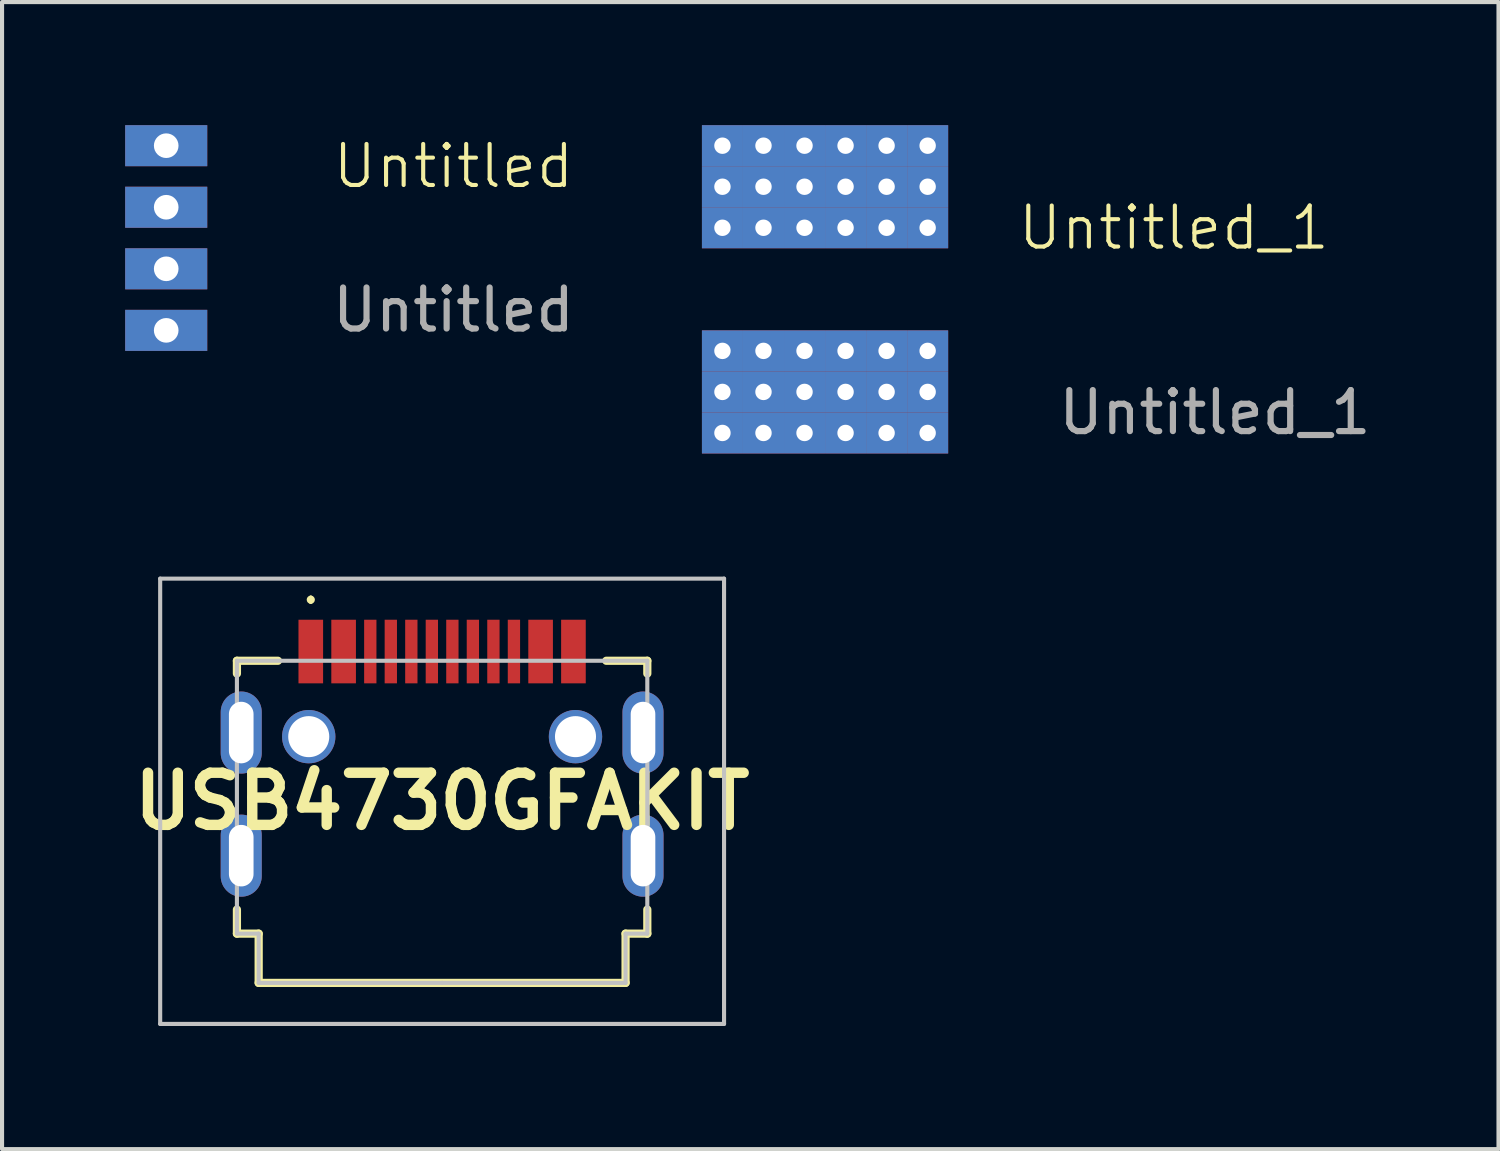
<source format=kicad_pcb>
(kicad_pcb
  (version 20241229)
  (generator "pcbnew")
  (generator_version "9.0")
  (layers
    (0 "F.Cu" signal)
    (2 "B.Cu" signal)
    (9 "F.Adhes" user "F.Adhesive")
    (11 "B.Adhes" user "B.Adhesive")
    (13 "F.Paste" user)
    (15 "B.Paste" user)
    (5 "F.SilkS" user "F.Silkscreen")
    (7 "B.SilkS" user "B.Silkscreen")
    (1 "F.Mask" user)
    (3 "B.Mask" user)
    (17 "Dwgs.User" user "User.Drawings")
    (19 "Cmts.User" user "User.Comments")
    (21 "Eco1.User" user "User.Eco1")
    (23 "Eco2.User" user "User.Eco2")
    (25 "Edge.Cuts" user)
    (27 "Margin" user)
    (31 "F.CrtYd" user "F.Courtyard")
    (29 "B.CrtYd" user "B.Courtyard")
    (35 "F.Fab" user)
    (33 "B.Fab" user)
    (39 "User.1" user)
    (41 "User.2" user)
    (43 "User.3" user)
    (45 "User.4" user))
  (footprint "USB4730GFAKIT"
    (layer "F.Cu")
    (at 7.723 16.863)
    (property "Reference" "USB4730GFAKIT" (at 0 -0.388 0) (layer "F.SilkS") (effects (font (size 1.27 1.27) (thickness 0.254))))
    (attr through_hole exclude_from_pos_files)
    (fp_line (start -5 -3.812) (end -5 -3.5) (stroke (width 0.2) (type solid)) (layer "F.SilkS"))
    (fp_line (start -5 2.837) (end -5 2.25) (stroke (width 0.2) (type solid)) (layer "F.SilkS"))
    (fp_line (start -4.47 2.837) (end -5 2.837) (stroke (width 0.2) (type solid)) (layer "F.SilkS"))
    (fp_line (start -4.47 4.037) (end -4.47 2.837) (stroke (width 0.2) (type solid)) (layer "F.SilkS"))
    (fp_line (start -4 -3.812) (end -5 -3.812) (stroke (width 0.2) (type solid)) (layer "F.SilkS"))
    (fp_line (start -3.2 -5.35) (end -3.2 -5.35) (stroke (width 0.1) (type solid)) (layer "F.SilkS"))
    (fp_line (start -3.2 -5.25) (end -3.2 -5.25) (stroke (width 0.1) (type solid)) (layer "F.SilkS"))
    (fp_line (start 4 -3.812) (end 5 -3.812) (stroke (width 0.2) (type solid)) (layer "F.SilkS"))
    (fp_line (start 4.47 2.837) (end 4.47 4.037) (stroke (width 0.2) (type solid)) (layer "F.SilkS"))
    (fp_line (start 4.47 4.037) (end -4.47 4.037) (stroke (width 0.2) (type solid)) (layer "F.SilkS"))
    (fp_line (start 5 -3.812) (end 5 -3.5) (stroke (width 0.2) (type solid)) (layer "F.SilkS"))
    (fp_line (start 5 2.25) (end 5 2.837) (stroke (width 0.2) (type solid)) (layer "F.SilkS"))
    (fp_line (start 5 2.837) (end 4.47 2.837) (stroke (width 0.2) (type solid)) (layer "F.SilkS"))
    (fp_arc (start -3.2 -5.35) (mid -3.15 -5.3) (end -3.2 -5.25) (stroke (width 0.1) (type solid)) (layer "F.SilkS"))
    (fp_arc (start -3.2 -5.25) (mid -3.25 -5.3) (end -3.2 -5.35) (stroke (width 0.1) (type solid)) (layer "F.SilkS"))
    (fp_line (start -6.87 -5.813) (end 6.87 -5.813) (stroke (width 0.1) (type solid)) (layer "Dwgs.User"))
    (fp_line (start -6.87 5.037) (end -6.87 -5.813) (stroke (width 0.1) (type solid)) (layer "Dwgs.User"))
    (fp_line (start -5 -3.812) (end -5 2.837) (stroke (width 0.1) (type solid)) (layer "Dwgs.User"))
    (fp_line (start -5 2.837) (end -4.47 2.837) (stroke (width 0.1) (type solid)) (layer "Dwgs.User"))
    (fp_line (start -4.47 2.837) (end -4.47 4.037) (stroke (width 0.1) (type solid)) (layer "Dwgs.User"))
    (fp_line (start -4.47 4.037) (end 0 4.037) (stroke (width 0.1) (type solid)) (layer "Dwgs.User"))
    (fp_line (start 0 4.037) (end 4.47 4.037) (stroke (width 0.1) (type solid)) (layer "Dwgs.User"))
    (fp_line (start 4.47 2.837) (end 5 2.837) (stroke (width 0.1) (type solid)) (layer "Dwgs.User"))
    (fp_line (start 4.47 4.037) (end 4.47 2.837) (stroke (width 0.1) (type solid)) (layer "Dwgs.User"))
    (fp_line (start 5 -3.812) (end -5 -3.812) (stroke (width 0.1) (type solid)) (layer "Dwgs.User"))
    (fp_line (start 5 2.837) (end 5 -3.812) (stroke (width 0.1) (type solid)) (layer "Dwgs.User"))
    (fp_line (start 6.87 -5.813) (end 6.87 5.037) (stroke (width 0.1) (type solid)) (layer "Dwgs.User"))
    (fp_line (start 6.87 5.037) (end -6.87 5.037) (stroke (width 0.1) (type solid)) (layer "Dwgs.User"))
    (pad "A1" smd rect (at -3.2 -4.037) (size 0.6 1.55) (layers "F.Cu" "F.Mask" "F.Paste"))
    (pad "A4" smd rect (at -2.4 -4.037) (size 0.6 1.55) (layers "F.Cu" "F.Mask" "F.Paste"))
    (pad "A5" smd rect (at -1.25 -4.037) (size 0.3 1.55) (layers "F.Cu" "F.Mask" "F.Paste"))
    (pad "A6" smd rect (at -0.25 -4.037) (size 0.3 1.55) (layers "F.Cu" "F.Mask" "F.Paste"))
    (pad "A7" smd rect (at 0.25 -4.037) (size 0.3 1.55) (layers "F.Cu" "F.Mask" "F.Paste"))
    (pad "A8" smd rect (at 1.25 -4.037) (size 0.3 1.55) (layers "F.Cu" "F.Mask" "F.Paste"))
    (pad "A9" smd rect (at 2.4 -4.037) (size 0.6 1.55) (layers "F.Cu" "F.Mask" "F.Paste"))
    (pad "A12" smd rect (at 3.2 -4.037) (size 0.6 1.55) (layers "F.Cu" "F.Mask" "F.Paste"))
    (pad "B5" smd rect (at 1.75 -4.037) (size 0.3 1.55) (layers "F.Cu" "F.Mask" "F.Paste"))
    (pad "B6" smd rect (at 0.75 -4.037) (size 0.3 1.55) (layers "F.Cu" "F.Mask" "F.Paste"))
    (pad "B7" smd rect (at -0.75 -4.037) (size 0.3 1.55) (layers "F.Cu" "F.Mask" "F.Paste"))
    (pad "B8" smd rect (at -1.75 -4.037) (size 0.3 1.55) (layers "F.Cu" "F.Mask" "F.Paste"))
    (pad "MH1" thru_hole oval (at -4.895 -2.063 90) (size 2 1) (drill oval 1.5 0.6) (layers "*.Cu" "*.Mask"))
    (pad "MH2" thru_hole oval (at -4.895 0.937 90) (size 2 1) (drill oval 1.5 0.6) (layers "*.Cu" "*.Mask"))
    (pad "MH3" thru_hole oval (at 4.895 0.937 90) (size 2 1) (drill oval 1.5 0.6) (layers "*.Cu" "*.Mask"))
    (pad "MH4" thru_hole oval (at 4.895 -2.063 90) (size 2 1) (drill oval 1.5 0.6) (layers "*.Cu" "*.Mask"))
    (pad "MH5" thru_hole circle (at -3.25 -1.963 90) (size 1.3 1.3) (drill 1) (layers "*.Cu" "*.Mask"))
    (pad "MH6" thru_hole circle (at 3.25 -1.963 90) (size 1.3 1.3) (drill 1) (layers "*.Cu" "*.Mask")))
  (footprint "Untitled"
    (layer "F.Cu")
    (at 1 0.5)
    (property "Reference" "Untitled" (at 7 0.5 0) (unlocked yes) (layer "F.SilkS") (effects (font (size 1 1) (thickness 0.1))))
    (attr through_hole exclude_from_pos_files)
    (fp_text user "${REFERENCE}" (at 7 4 0) (unlocked yes) (layer "F.Fab") (effects (font (size 1 1) (thickness 0.15))))
    (pad "1" thru_hole rect (at 0 0) (size 2 1) (drill 0.6) (layers "*.Cu" "*.Mask"))
    (pad "2" thru_hole rect (at 0 1.5) (size 2 1) (drill 0.6) (layers "*.Cu" "*.Mask"))
    (pad "3" thru_hole rect (at 0 3) (size 2 1) (drill 0.6) (layers "*.Cu" "*.Mask"))
    (pad "4" thru_hole rect (at 0 4.5) (size 2 1) (drill 0.6) (layers "*.Cu" "*.Mask")))
  (footprint "Untitled_1"
    (layer "F.Cu")
    (at 17.554 4.5)
    (property "Reference" "Untitled_1" (at 8 -2 0) (unlocked yes) (layer "F.SilkS") (effects (font (size 1 1) (thickness 0.1))))
    (attr through_hole exclude_from_pos_files)
    (fp_text user "${REFERENCE}" (at 9 2.5 0) (unlocked yes) (layer "F.Fab") (effects (font (size 1 1) (thickness 0.15))))
    (pad "1" thru_hole custom (at -3 1) (size 1 1) (drill 0.4) (layers "*.Cu" "*.Mask") (options (anchor rect)) (primitives))
    (pad "1" thru_hole custom (at -3 2) (size 1 1) (drill 0.4) (layers "*.Cu" "*.Mask") (options (anchor rect)) (primitives))
    (pad "1" thru_hole custom (at -3 3) (size 1 1) (drill 0.4) (layers "*.Cu" "*.Mask") (options (anchor rect)) (primitives))
    (pad "1" thru_hole custom (at -2 1) (size 1 1) (drill 0.4) (layers "*.Cu" "*.Mask") (options (anchor rect)) (primitives))
    (pad "1" thru_hole custom (at -2 2) (size 1 1) (drill 0.4) (layers "*.Cu" "*.Mask") (options (anchor rect)) (primitives))
    (pad "1" thru_hole custom (at -2 3) (size 1 1) (drill 0.4) (layers "*.Cu" "*.Mask") (options (anchor rect)) (primitives))
    (pad "1" thru_hole custom (at -1 1) (size 1 1) (drill 0.4) (layers "*.Cu" "*.Mask") (options (anchor rect)) (primitives))
    (pad "1" thru_hole custom (at -1 2) (size 1 1) (drill 0.4) (layers "*.Cu" "*.Mask") (options (anchor rect)) (primitives))
    (pad "1" thru_hole custom (at -1 3) (size 1 1) (drill 0.4) (layers "*.Cu" "*.Mask") (options (anchor rect)) (primitives))
    (pad "1" thru_hole custom (at 0 1) (size 1 1) (drill 0.4) (layers "*.Cu" "*.Mask") (options (anchor rect)) (primitives))
    (pad "1" thru_hole custom (at 0 2) (size 1 1) (drill 0.4) (layers "*.Cu" "*.Mask") (options (anchor rect)) (primitives))
    (pad "1" thru_hole custom (at 0 3) (size 1 1) (drill 0.4) (layers "*.Cu" "*.Mask") (options (anchor rect)) (primitives))
    (pad "1" thru_hole custom (at 1 1) (size 1 1) (drill 0.4) (layers "*.Cu" "*.Mask") (options (anchor rect)) (primitives))
    (pad "1" thru_hole custom (at 1 2) (size 1 1) (drill 0.4) (layers "*.Cu" "*.Mask") (options (anchor rect)) (primitives))
    (pad "1" thru_hole custom (at 1 3) (size 1 1) (drill 0.4) (layers "*.Cu" "*.Mask") (options (anchor rect)) (primitives))
    (pad "1" thru_hole custom (at 2 1) (size 1 1) (drill 0.4) (layers "*.Cu" "*.Mask") (options (anchor rect)) (primitives))
    (pad "1" thru_hole custom (at 2 2) (size 1 1) (drill 0.4) (layers "*.Cu" "*.Mask") (options (anchor rect)) (primitives))
    (pad "1" thru_hole custom (at 2 3) (size 1 1) (drill 0.4) (layers "*.Cu" "*.Mask") (options (anchor rect)) (primitives))
    (pad "2" thru_hole custom (at -3 -4) (size 1 1) (drill 0.4) (layers "*.Cu" "*.Mask") (options (anchor rect)) (primitives))
    (pad "2" thru_hole custom (at -3 -3) (size 1 1) (drill 0.4) (layers "*.Cu" "*.Mask") (options (anchor rect)) (primitives))
    (pad "2" thru_hole custom (at -3 -2) (size 1 1) (drill 0.4) (layers "*.Cu" "*.Mask") (options (anchor rect)) (primitives))
    (pad "2" thru_hole custom (at -2 -4) (size 1 1) (drill 0.4) (layers "*.Cu" "*.Mask") (options (anchor rect)) (primitives))
    (pad "2" thru_hole custom (at -2 -3) (size 1 1) (drill 0.4) (layers "*.Cu" "*.Mask") (options (anchor rect)) (primitives))
    (pad "2" thru_hole custom (at -2 -2) (size 1 1) (drill 0.4) (layers "*.Cu" "*.Mask") (options (anchor rect)) (primitives))
    (pad "2" thru_hole custom (at -1 -4) (size 1 1) (drill 0.4) (layers "*.Cu" "*.Mask") (options (anchor rect)) (primitives))
    (pad "2" thru_hole custom (at -1 -3) (size 1 1) (drill 0.4) (layers "*.Cu" "*.Mask") (options (anchor rect)) (primitives))
    (pad "2" thru_hole custom (at -1 -2) (size 1 1) (drill 0.4) (layers "*.Cu" "*.Mask") (options (anchor rect)) (primitives))
    (pad "2" thru_hole custom (at 0 -4) (size 1 1) (drill 0.4) (layers "*.Cu" "*.Mask") (options (anchor rect)) (primitives))
    (pad "2" thru_hole custom (at 0 -3) (size 1 1) (drill 0.4) (layers "*.Cu" "*.Mask") (options (anchor rect)) (primitives))
    (pad "2" thru_hole custom (at 0 -2) (size 1 1) (drill 0.4) (layers "*.Cu" "*.Mask") (options (anchor rect)) (primitives))
    (pad "2" thru_hole custom (at 1 -4) (size 1 1) (drill 0.4) (layers "*.Cu" "*.Mask") (options (anchor rect)) (primitives))
    (pad "2" thru_hole custom (at 1 -3) (size 1 1) (drill 0.4) (layers "*.Cu" "*.Mask") (options (anchor rect)) (primitives))
    (pad "2" thru_hole custom (at 1 -2) (size 1 1) (drill 0.4) (layers "*.Cu" "*.Mask") (options (anchor rect)) (primitives))
    (pad "2" thru_hole custom (at 2 -4) (size 1 1) (drill 0.4) (layers "*.Cu" "*.Mask") (options (anchor rect)) (primitives))
    (pad "2" thru_hole custom (at 2 -3) (size 1 1) (drill 0.4) (layers "*.Cu" "*.Mask") (options (anchor rect)) (primitives))
    (pad "2" thru_hole custom (at 2 -2) (size 1 1) (drill 0.4) (layers "*.Cu" "*.Mask") (options (anchor rect)) (primitives)))
  (gr_rect
    (start -3 -3)
    (end 33.464 24.95)
    (stroke (width 0.1) (type default))
    (fill no)
    (layer "Edge.Cuts")))
</source>
